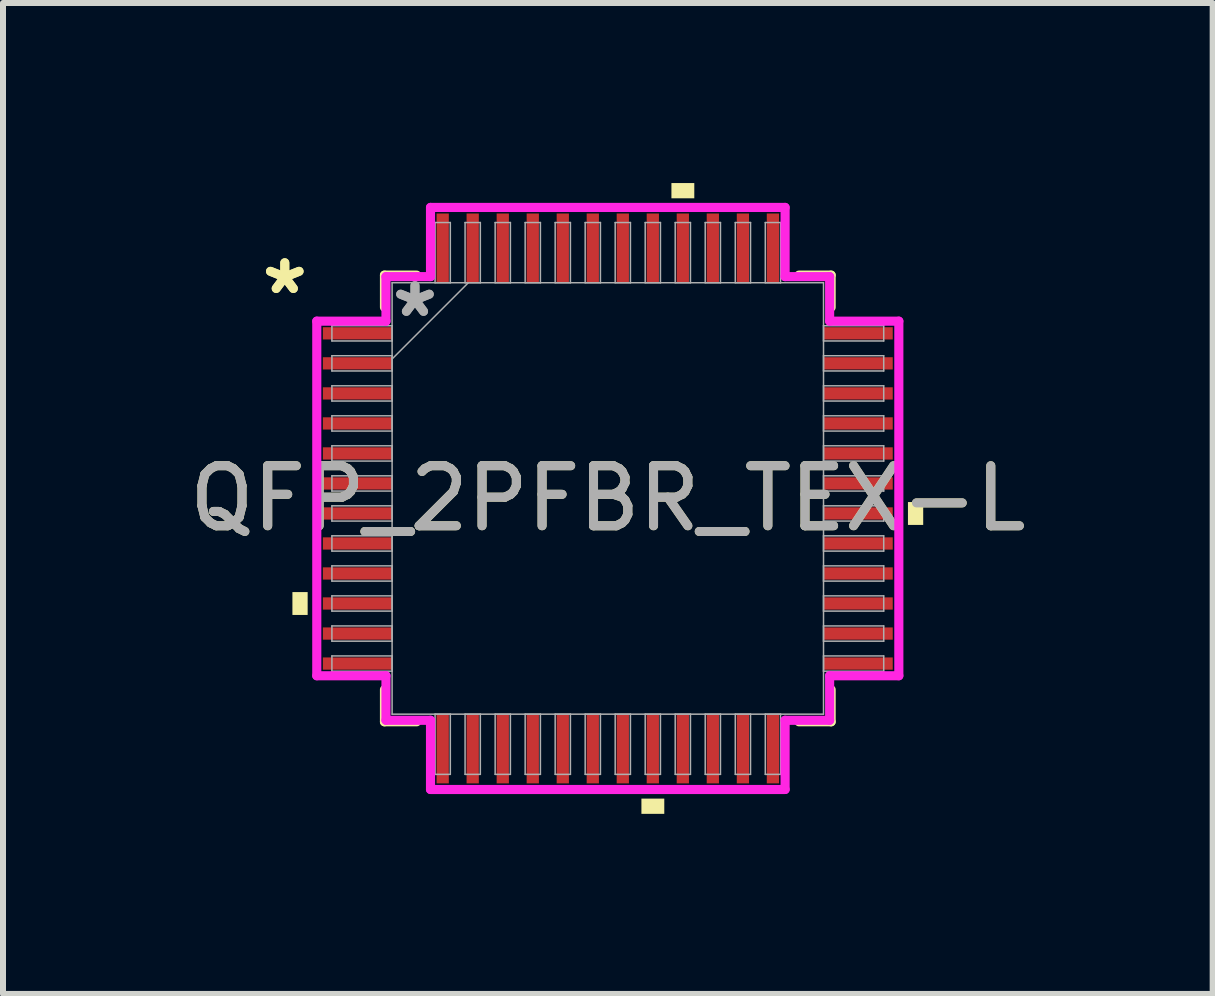
<source format=kicad_pcb>
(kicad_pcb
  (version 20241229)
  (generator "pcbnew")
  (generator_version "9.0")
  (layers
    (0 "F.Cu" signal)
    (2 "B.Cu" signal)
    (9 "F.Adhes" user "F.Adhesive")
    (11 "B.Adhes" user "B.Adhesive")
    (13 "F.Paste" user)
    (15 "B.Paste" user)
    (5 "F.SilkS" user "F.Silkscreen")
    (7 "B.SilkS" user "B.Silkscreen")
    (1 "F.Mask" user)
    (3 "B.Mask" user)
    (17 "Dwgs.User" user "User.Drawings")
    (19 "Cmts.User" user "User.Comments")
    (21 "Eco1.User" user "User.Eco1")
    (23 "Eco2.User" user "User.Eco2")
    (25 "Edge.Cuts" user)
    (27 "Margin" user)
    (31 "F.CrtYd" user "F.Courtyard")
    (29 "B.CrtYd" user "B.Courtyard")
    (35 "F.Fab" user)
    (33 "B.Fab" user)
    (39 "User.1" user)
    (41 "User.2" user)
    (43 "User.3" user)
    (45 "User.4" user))
  (footprint "QFP_2PFBR_TEX-L"
    (layer "F.Cu")
    (at 7.077 5.255)
    (property "Reference" "QFP_2PFBR_TEX-L" (at 0 0 0) (unlocked yes) (layer "F.SilkS") (effects (font (size 1 1) (thickness 0.15))))
    (attr smd)
    (fp_line (start -3.721 -3.721) (end -3.721 -3.185) (stroke (width 0.152) (type solid)) (layer "F.SilkS"))
    (fp_line (start -3.721 3.185) (end -3.721 3.721) (stroke (width 0.152) (type solid)) (layer "F.SilkS"))
    (fp_line (start -3.721 3.721) (end -3.185 3.721) (stroke (width 0.152) (type solid)) (layer "F.SilkS"))
    (fp_line (start -3.185 -3.721) (end -3.721 -3.721) (stroke (width 0.152) (type solid)) (layer "F.SilkS"))
    (fp_line (start 3.185 3.721) (end 3.721 3.721) (stroke (width 0.152) (type solid)) (layer "F.SilkS"))
    (fp_line (start 3.721 -3.721) (end 3.185 -3.721) (stroke (width 0.152) (type solid)) (layer "F.SilkS"))
    (fp_line (start 3.721 -3.185) (end 3.721 -3.721) (stroke (width 0.152) (type solid)) (layer "F.SilkS"))
    (fp_line (start 3.721 3.721) (end 3.721 3.185) (stroke (width 0.152) (type solid)) (layer "F.SilkS"))
    (fp_poly (pts (xy -5.255 1.56) (xy -5.255 1.941) (xy -5.001 1.941) (xy -5.001 1.56)) (stroke (width 0) (type solid)) (fill yes) (layer "F.SilkS"))
    (fp_poly (pts (xy 0.56 5.001) (xy 0.56 5.255) (xy 0.941 5.255) (xy 0.941 5.001)) (stroke (width 0) (type solid)) (fill yes) (layer "F.SilkS"))
    (fp_poly (pts (xy 1.06 -5.001) (xy 1.06 -5.255) (xy 1.441 -5.255) (xy 1.441 -5.001)) (stroke (width 0) (type solid)) (fill yes) (layer "F.SilkS"))
    (fp_poly (pts (xy 5.255 0.06) (xy 5.255 0.441) (xy 5.001 0.441) (xy 5.001 0.06)) (stroke (width 0) (type solid)) (fill yes) (layer "F.SilkS"))
    (fp_line (start -4.849 -2.954) (end -3.696 -2.954) (stroke (width 0.152) (type solid)) (layer "F.CrtYd"))
    (fp_line (start -4.849 2.954) (end -4.849 -2.954) (stroke (width 0.152) (type solid)) (layer "F.CrtYd"))
    (fp_line (start -3.696 -3.696) (end -2.954 -3.696) (stroke (width 0.152) (type solid)) (layer "F.CrtYd"))
    (fp_line (start -3.696 -2.954) (end -3.696 -3.696) (stroke (width 0.152) (type solid)) (layer "F.CrtYd"))
    (fp_line (start -3.696 2.954) (end -4.849 2.954) (stroke (width 0.152) (type solid)) (layer "F.CrtYd"))
    (fp_line (start -3.696 3.696) (end -3.696 2.954) (stroke (width 0.152) (type solid)) (layer "F.CrtYd"))
    (fp_line (start -3.696 3.696) (end -2.954 3.696) (stroke (width 0.152) (type solid)) (layer "F.CrtYd"))
    (fp_line (start -2.954 -4.849) (end 2.954 -4.849) (stroke (width 0.152) (type solid)) (layer "F.CrtYd"))
    (fp_line (start -2.954 -3.696) (end -2.954 -4.849) (stroke (width 0.152) (type solid)) (layer "F.CrtYd"))
    (fp_line (start -2.954 3.696) (end -2.954 4.849) (stroke (width 0.152) (type solid)) (layer "F.CrtYd"))
    (fp_line (start -2.954 4.849) (end 2.954 4.849) (stroke (width 0.152) (type solid)) (layer "F.CrtYd"))
    (fp_line (start 2.954 -4.849) (end 2.954 -3.696) (stroke (width 0.152) (type solid)) (layer "F.CrtYd"))
    (fp_line (start 2.954 -3.696) (end 3.696 -3.696) (stroke (width 0.152) (type solid)) (layer "F.CrtYd"))
    (fp_line (start 2.954 3.696) (end 3.696 3.696) (stroke (width 0.152) (type solid)) (layer "F.CrtYd"))
    (fp_line (start 2.954 4.849) (end 2.954 3.696) (stroke (width 0.152) (type solid)) (layer "F.CrtYd"))
    (fp_line (start 3.696 -2.954) (end 3.696 -3.696) (stroke (width 0.152) (type solid)) (layer "F.CrtYd"))
    (fp_line (start 3.696 2.954) (end 4.849 2.954) (stroke (width 0.152) (type solid)) (layer "F.CrtYd"))
    (fp_line (start 3.696 3.696) (end 3.696 2.954) (stroke (width 0.152) (type solid)) (layer "F.CrtYd"))
    (fp_line (start 4.849 -2.954) (end 3.696 -2.954) (stroke (width 0.152) (type solid)) (layer "F.CrtYd"))
    (fp_line (start 4.849 2.954) (end 4.849 -2.954) (stroke (width 0.152) (type solid)) (layer "F.CrtYd"))
    (fp_line (start -4.597 -2.878) (end -4.597 -2.624) (stroke (width 0.025) (type solid)) (layer "F.Fab"))
    (fp_line (start -4.597 -2.624) (end -3.594 -2.624) (stroke (width 0.025) (type solid)) (layer "F.Fab"))
    (fp_line (start -4.597 -2.378) (end -4.597 -2.124) (stroke (width 0.025) (type solid)) (layer "F.Fab"))
    (fp_line (start -4.597 -2.124) (end -3.594 -2.124) (stroke (width 0.025) (type solid)) (layer "F.Fab"))
    (fp_line (start -4.597 -1.877) (end -4.597 -1.623) (stroke (width 0.025) (type solid)) (layer "F.Fab"))
    (fp_line (start -4.597 -1.623) (end -3.594 -1.623) (stroke (width 0.025) (type solid)) (layer "F.Fab"))
    (fp_line (start -4.597 -1.377) (end -4.597 -1.123) (stroke (width 0.025) (type solid)) (layer "F.Fab"))
    (fp_line (start -4.597 -1.123) (end -3.594 -1.123) (stroke (width 0.025) (type solid)) (layer "F.Fab"))
    (fp_line (start -4.597 -0.877) (end -4.597 -0.623) (stroke (width 0.025) (type solid)) (layer "F.Fab"))
    (fp_line (start -4.597 -0.623) (end -3.594 -0.623) (stroke (width 0.025) (type solid)) (layer "F.Fab"))
    (fp_line (start -4.597 -0.377) (end -4.597 -0.123) (stroke (width 0.025) (type solid)) (layer "F.Fab"))
    (fp_line (start -4.597 -0.123) (end -3.594 -0.123) (stroke (width 0.025) (type solid)) (layer "F.Fab"))
    (fp_line (start -4.597 0.123) (end -4.597 0.377) (stroke (width 0.025) (type solid)) (layer "F.Fab"))
    (fp_line (start -4.597 0.377) (end -3.594 0.377) (stroke (width 0.025) (type solid)) (layer "F.Fab"))
    (fp_line (start -4.597 0.623) (end -4.597 0.877) (stroke (width 0.025) (type solid)) (layer "F.Fab"))
    (fp_line (start -4.597 0.877) (end -3.594 0.877) (stroke (width 0.025) (type solid)) (layer "F.Fab"))
    (fp_line (start -4.597 1.123) (end -4.597 1.377) (stroke (width 0.025) (type solid)) (layer "F.Fab"))
    (fp_line (start -4.597 1.377) (end -3.594 1.377) (stroke (width 0.025) (type solid)) (layer "F.Fab"))
    (fp_line (start -4.597 1.623) (end -4.597 1.877) (stroke (width 0.025) (type solid)) (layer "F.Fab"))
    (fp_line (start -4.597 1.877) (end -3.594 1.877) (stroke (width 0.025) (type solid)) (layer "F.Fab"))
    (fp_line (start -4.597 2.124) (end -4.597 2.378) (stroke (width 0.025) (type solid)) (layer "F.Fab"))
    (fp_line (start -4.597 2.378) (end -3.594 2.378) (stroke (width 0.025) (type solid)) (layer "F.Fab"))
    (fp_line (start -4.597 2.624) (end -4.597 2.878) (stroke (width 0.025) (type solid)) (layer "F.Fab"))
    (fp_line (start -4.597 2.878) (end -3.594 2.878) (stroke (width 0.025) (type solid)) (layer "F.Fab"))
    (fp_line (start -3.594 -3.594) (end -3.594 3.594) (stroke (width 0.025) (type solid)) (layer "F.Fab"))
    (fp_line (start -3.594 -2.878) (end -4.597 -2.878) (stroke (width 0.025) (type solid)) (layer "F.Fab"))
    (fp_line (start -3.594 -2.624) (end -3.594 -2.878) (stroke (width 0.025) (type solid)) (layer "F.Fab"))
    (fp_line (start -3.594 -2.378) (end -4.597 -2.378) (stroke (width 0.025) (type solid)) (layer "F.Fab"))
    (fp_line (start -3.594 -2.324) (end -2.324 -3.594) (stroke (width 0.025) (type solid)) (layer "F.Fab"))
    (fp_line (start -3.594 -2.124) (end -3.594 -2.378) (stroke (width 0.025) (type solid)) (layer "F.Fab"))
    (fp_line (start -3.594 -1.877) (end -4.597 -1.877) (stroke (width 0.025) (type solid)) (layer "F.Fab"))
    (fp_line (start -3.594 -1.623) (end -3.594 -1.877) (stroke (width 0.025) (type solid)) (layer "F.Fab"))
    (fp_line (start -3.594 -1.377) (end -4.597 -1.377) (stroke (width 0.025) (type solid)) (layer "F.Fab"))
    (fp_line (start -3.594 -1.123) (end -3.594 -1.377) (stroke (width 0.025) (type solid)) (layer "F.Fab"))
    (fp_line (start -3.594 -0.877) (end -4.597 -0.877) (stroke (width 0.025) (type solid)) (layer "F.Fab"))
    (fp_line (start -3.594 -0.623) (end -3.594 -0.877) (stroke (width 0.025) (type solid)) (layer "F.Fab"))
    (fp_line (start -3.594 -0.377) (end -4.597 -0.377) (stroke (width 0.025) (type solid)) (layer "F.Fab"))
    (fp_line (start -3.594 -0.123) (end -3.594 -0.377) (stroke (width 0.025) (type solid)) (layer "F.Fab"))
    (fp_line (start -3.594 0.123) (end -4.597 0.123) (stroke (width 0.025) (type solid)) (layer "F.Fab"))
    (fp_line (start -3.594 0.377) (end -3.594 0.123) (stroke (width 0.025) (type solid)) (layer "F.Fab"))
    (fp_line (start -3.594 0.623) (end -4.597 0.623) (stroke (width 0.025) (type solid)) (layer "F.Fab"))
    (fp_line (start -3.594 0.877) (end -3.594 0.623) (stroke (width 0.025) (type solid)) (layer "F.Fab"))
    (fp_line (start -3.594 1.123) (end -4.597 1.123) (stroke (width 0.025) (type solid)) (layer "F.Fab"))
    (fp_line (start -3.594 1.377) (end -3.594 1.123) (stroke (width 0.025) (type solid)) (layer "F.Fab"))
    (fp_line (start -3.594 1.623) (end -4.597 1.623) (stroke (width 0.025) (type solid)) (layer "F.Fab"))
    (fp_line (start -3.594 1.877) (end -3.594 1.623) (stroke (width 0.025) (type solid)) (layer "F.Fab"))
    (fp_line (start -3.594 2.124) (end -4.597 2.124) (stroke (width 0.025) (type solid)) (layer "F.Fab"))
    (fp_line (start -3.594 2.378) (end -3.594 2.124) (stroke (width 0.025) (type solid)) (layer "F.Fab"))
    (fp_line (start -3.594 2.624) (end -4.597 2.624) (stroke (width 0.025) (type solid)) (layer "F.Fab"))
    (fp_line (start -3.594 2.878) (end -3.594 2.624) (stroke (width 0.025) (type solid)) (layer "F.Fab"))
    (fp_line (start -3.594 3.594) (end 3.594 3.594) (stroke (width 0.025) (type solid)) (layer "F.Fab"))
    (fp_line (start -2.878 -4.597) (end -2.878 -3.594) (stroke (width 0.025) (type solid)) (layer "F.Fab"))
    (fp_line (start -2.878 -3.594) (end -2.624 -3.594) (stroke (width 0.025) (type solid)) (layer "F.Fab"))
    (fp_line (start -2.878 3.594) (end -2.878 4.597) (stroke (width 0.025) (type solid)) (layer "F.Fab"))
    (fp_line (start -2.878 4.597) (end -2.624 4.597) (stroke (width 0.025) (type solid)) (layer "F.Fab"))
    (fp_line (start -2.624 -4.597) (end -2.878 -4.597) (stroke (width 0.025) (type solid)) (layer "F.Fab"))
    (fp_line (start -2.624 -3.594) (end -2.624 -4.597) (stroke (width 0.025) (type solid)) (layer "F.Fab"))
    (fp_line (start -2.624 3.594) (end -2.878 3.594) (stroke (width 0.025) (type solid)) (layer "F.Fab"))
    (fp_line (start -2.624 4.597) (end -2.624 3.594) (stroke (width 0.025) (type solid)) (layer "F.Fab"))
    (fp_line (start -2.378 -4.597) (end -2.378 -3.594) (stroke (width 0.025) (type solid)) (layer "F.Fab"))
    (fp_line (start -2.378 -3.594) (end -2.124 -3.594) (stroke (width 0.025) (type solid)) (layer "F.Fab"))
    (fp_line (start -2.378 3.594) (end -2.378 4.597) (stroke (width 0.025) (type solid)) (layer "F.Fab"))
    (fp_line (start -2.378 4.597) (end -2.124 4.597) (stroke (width 0.025) (type solid)) (layer "F.Fab"))
    (fp_line (start -2.124 -4.597) (end -2.378 -4.597) (stroke (width 0.025) (type solid)) (layer "F.Fab"))
    (fp_line (start -2.124 -3.594) (end -2.124 -4.597) (stroke (width 0.025) (type solid)) (layer "F.Fab"))
    (fp_line (start -2.124 3.594) (end -2.378 3.594) (stroke (width 0.025) (type solid)) (layer "F.Fab"))
    (fp_line (start -2.124 4.597) (end -2.124 3.594) (stroke (width 0.025) (type solid)) (layer "F.Fab"))
    (fp_line (start -1.877 -4.597) (end -1.877 -3.594) (stroke (width 0.025) (type solid)) (layer "F.Fab"))
    (fp_line (start -1.877 -3.594) (end -1.623 -3.594) (stroke (width 0.025) (type solid)) (layer "F.Fab"))
    (fp_line (start -1.877 3.594) (end -1.877 4.597) (stroke (width 0.025) (type solid)) (layer "F.Fab"))
    (fp_line (start -1.877 4.597) (end -1.623 4.597) (stroke (width 0.025) (type solid)) (layer "F.Fab"))
    (fp_line (start -1.623 -4.597) (end -1.877 -4.597) (stroke (width 0.025) (type solid)) (layer "F.Fab"))
    (fp_line (start -1.623 -3.594) (end -1.623 -4.597) (stroke (width 0.025) (type solid)) (layer "F.Fab"))
    (fp_line (start -1.623 3.594) (end -1.877 3.594) (stroke (width 0.025) (type solid)) (layer "F.Fab"))
    (fp_line (start -1.623 4.597) (end -1.623 3.594) (stroke (width 0.025) (type solid)) (layer "F.Fab"))
    (fp_line (start -1.377 -4.597) (end -1.377 -3.594) (stroke (width 0.025) (type solid)) (layer "F.Fab"))
    (fp_line (start -1.377 -3.594) (end -1.123 -3.594) (stroke (width 0.025) (type solid)) (layer "F.Fab"))
    (fp_line (start -1.377 3.594) (end -1.377 4.597) (stroke (width 0.025) (type solid)) (layer "F.Fab"))
    (fp_line (start -1.377 4.597) (end -1.123 4.597) (stroke (width 0.025) (type solid)) (layer "F.Fab"))
    (fp_line (start -1.123 -4.597) (end -1.377 -4.597) (stroke (width 0.025) (type solid)) (layer "F.Fab"))
    (fp_line (start -1.123 -3.594) (end -1.123 -4.597) (stroke (width 0.025) (type solid)) (layer "F.Fab"))
    (fp_line (start -1.123 3.594) (end -1.377 3.594) (stroke (width 0.025) (type solid)) (layer "F.Fab"))
    (fp_line (start -1.123 4.597) (end -1.123 3.594) (stroke (width 0.025) (type solid)) (layer "F.Fab"))
    (fp_line (start -0.877 -4.597) (end -0.877 -3.594) (stroke (width 0.025) (type solid)) (layer "F.Fab"))
    (fp_line (start -0.877 -3.594) (end -0.623 -3.594) (stroke (width 0.025) (type solid)) (layer "F.Fab"))
    (fp_line (start -0.877 3.594) (end -0.877 4.597) (stroke (width 0.025) (type solid)) (layer "F.Fab"))
    (fp_line (start -0.877 4.597) (end -0.623 4.597) (stroke (width 0.025) (type solid)) (layer "F.Fab"))
    (fp_line (start -0.623 -4.597) (end -0.877 -4.597) (stroke (width 0.025) (type solid)) (layer "F.Fab"))
    (fp_line (start -0.623 -3.594) (end -0.623 -4.597) (stroke (width 0.025) (type solid)) (layer "F.Fab"))
    (fp_line (start -0.623 3.594) (end -0.877 3.594) (stroke (width 0.025) (type solid)) (layer "F.Fab"))
    (fp_line (start -0.623 4.597) (end -0.623 3.594) (stroke (width 0.025) (type solid)) (layer "F.Fab"))
    (fp_line (start -0.377 -4.597) (end -0.377 -3.594) (stroke (width 0.025) (type solid)) (layer "F.Fab"))
    (fp_line (start -0.377 -3.594) (end -0.123 -3.594) (stroke (width 0.025) (type solid)) (layer "F.Fab"))
    (fp_line (start -0.377 3.594) (end -0.377 4.597) (stroke (width 0.025) (type solid)) (layer "F.Fab"))
    (fp_line (start -0.377 4.597) (end -0.123 4.597) (stroke (width 0.025) (type solid)) (layer "F.Fab"))
    (fp_line (start -0.123 -4.597) (end -0.377 -4.597) (stroke (width 0.025) (type solid)) (layer "F.Fab"))
    (fp_line (start -0.123 -3.594) (end -0.123 -4.597) (stroke (width 0.025) (type solid)) (layer "F.Fab"))
    (fp_line (start -0.123 3.594) (end -0.377 3.594) (stroke (width 0.025) (type solid)) (layer "F.Fab"))
    (fp_line (start -0.123 4.597) (end -0.123 3.594) (stroke (width 0.025) (type solid)) (layer "F.Fab"))
    (fp_line (start 0.123 -4.597) (end 0.123 -3.594) (stroke (width 0.025) (type solid)) (layer "F.Fab"))
    (fp_line (start 0.123 -3.594) (end 0.377 -3.594) (stroke (width 0.025) (type solid)) (layer "F.Fab"))
    (fp_line (start 0.123 3.594) (end 0.123 4.597) (stroke (width 0.025) (type solid)) (layer "F.Fab"))
    (fp_line (start 0.123 4.597) (end 0.377 4.597) (stroke (width 0.025) (type solid)) (layer "F.Fab"))
    (fp_line (start 0.377 -4.597) (end 0.123 -4.597) (stroke (width 0.025) (type solid)) (layer "F.Fab"))
    (fp_line (start 0.377 -3.594) (end 0.377 -4.597) (stroke (width 0.025) (type solid)) (layer "F.Fab"))
    (fp_line (start 0.377 3.594) (end 0.123 3.594) (stroke (width 0.025) (type solid)) (layer "F.Fab"))
    (fp_line (start 0.377 4.597) (end 0.377 3.594) (stroke (width 0.025) (type solid)) (layer "F.Fab"))
    (fp_line (start 0.623 -4.597) (end 0.623 -3.594) (stroke (width 0.025) (type solid)) (layer "F.Fab"))
    (fp_line (start 0.623 -3.594) (end 0.877 -3.594) (stroke (width 0.025) (type solid)) (layer "F.Fab"))
    (fp_line (start 0.623 3.594) (end 0.623 4.597) (stroke (width 0.025) (type solid)) (layer "F.Fab"))
    (fp_line (start 0.623 4.597) (end 0.877 4.597) (stroke (width 0.025) (type solid)) (layer "F.Fab"))
    (fp_line (start 0.877 -4.597) (end 0.623 -4.597) (stroke (width 0.025) (type solid)) (layer "F.Fab"))
    (fp_line (start 0.877 -3.594) (end 0.877 -4.597) (stroke (width 0.025) (type solid)) (layer "F.Fab"))
    (fp_line (start 0.877 3.594) (end 0.623 3.594) (stroke (width 0.025) (type solid)) (layer "F.Fab"))
    (fp_line (start 0.877 4.597) (end 0.877 3.594) (stroke (width 0.025) (type solid)) (layer "F.Fab"))
    (fp_line (start 1.123 -4.597) (end 1.123 -3.594) (stroke (width 0.025) (type solid)) (layer "F.Fab"))
    (fp_line (start 1.123 -3.594) (end 1.377 -3.594) (stroke (width 0.025) (type solid)) (layer "F.Fab"))
    (fp_line (start 1.123 3.594) (end 1.123 4.597) (stroke (width 0.025) (type solid)) (layer "F.Fab"))
    (fp_line (start 1.123 4.597) (end 1.377 4.597) (stroke (width 0.025) (type solid)) (layer "F.Fab"))
    (fp_line (start 1.377 -4.597) (end 1.123 -4.597) (stroke (width 0.025) (type solid)) (layer "F.Fab"))
    (fp_line (start 1.377 -3.594) (end 1.377 -4.597) (stroke (width 0.025) (type solid)) (layer "F.Fab"))
    (fp_line (start 1.377 3.594) (end 1.123 3.594) (stroke (width 0.025) (type solid)) (layer "F.Fab"))
    (fp_line (start 1.377 4.597) (end 1.377 3.594) (stroke (width 0.025) (type solid)) (layer "F.Fab"))
    (fp_line (start 1.623 -4.597) (end 1.623 -3.594) (stroke (width 0.025) (type solid)) (layer "F.Fab"))
    (fp_line (start 1.623 -3.594) (end 1.877 -3.594) (stroke (width 0.025) (type solid)) (layer "F.Fab"))
    (fp_line (start 1.623 3.594) (end 1.623 4.597) (stroke (width 0.025) (type solid)) (layer "F.Fab"))
    (fp_line (start 1.623 4.597) (end 1.877 4.597) (stroke (width 0.025) (type solid)) (layer "F.Fab"))
    (fp_line (start 1.877 -4.597) (end 1.623 -4.597) (stroke (width 0.025) (type solid)) (layer "F.Fab"))
    (fp_line (start 1.877 -3.594) (end 1.877 -4.597) (stroke (width 0.025) (type solid)) (layer "F.Fab"))
    (fp_line (start 1.877 3.594) (end 1.623 3.594) (stroke (width 0.025) (type solid)) (layer "F.Fab"))
    (fp_line (start 1.877 4.597) (end 1.877 3.594) (stroke (width 0.025) (type solid)) (layer "F.Fab"))
    (fp_line (start 2.124 -4.597) (end 2.124 -3.594) (stroke (width 0.025) (type solid)) (layer "F.Fab"))
    (fp_line (start 2.124 -3.594) (end 2.378 -3.594) (stroke (width 0.025) (type solid)) (layer "F.Fab"))
    (fp_line (start 2.124 3.594) (end 2.124 4.597) (stroke (width 0.025) (type solid)) (layer "F.Fab"))
    (fp_line (start 2.124 4.597) (end 2.378 4.597) (stroke (width 0.025) (type solid)) (layer "F.Fab"))
    (fp_line (start 2.378 -4.597) (end 2.124 -4.597) (stroke (width 0.025) (type solid)) (layer "F.Fab"))
    (fp_line (start 2.378 -3.594) (end 2.378 -4.597) (stroke (width 0.025) (type solid)) (layer "F.Fab"))
    (fp_line (start 2.378 3.594) (end 2.124 3.594) (stroke (width 0.025) (type solid)) (layer "F.Fab"))
    (fp_line (start 2.378 4.597) (end 2.378 3.594) (stroke (width 0.025) (type solid)) (layer "F.Fab"))
    (fp_line (start 2.624 -4.597) (end 2.624 -3.594) (stroke (width 0.025) (type solid)) (layer "F.Fab"))
    (fp_line (start 2.624 -3.594) (end 2.878 -3.594) (stroke (width 0.025) (type solid)) (layer "F.Fab"))
    (fp_line (start 2.624 3.594) (end 2.624 4.597) (stroke (width 0.025) (type solid)) (layer "F.Fab"))
    (fp_line (start 2.624 4.597) (end 2.878 4.597) (stroke (width 0.025) (type solid)) (layer "F.Fab"))
    (fp_line (start 2.878 -4.597) (end 2.624 -4.597) (stroke (width 0.025) (type solid)) (layer "F.Fab"))
    (fp_line (start 2.878 -3.594) (end 2.878 -4.597) (stroke (width 0.025) (type solid)) (layer "F.Fab"))
    (fp_line (start 2.878 3.594) (end 2.624 3.594) (stroke (width 0.025) (type solid)) (layer "F.Fab"))
    (fp_line (start 2.878 4.597) (end 2.878 3.594) (stroke (width 0.025) (type solid)) (layer "F.Fab"))
    (fp_line (start 3.594 -3.594) (end -3.594 -3.594) (stroke (width 0.025) (type solid)) (layer "F.Fab"))
    (fp_line (start 3.594 -2.878) (end 3.594 -2.624) (stroke (width 0.025) (type solid)) (layer "F.Fab"))
    (fp_line (start 3.594 -2.624) (end 4.597 -2.624) (stroke (width 0.025) (type solid)) (layer "F.Fab"))
    (fp_line (start 3.594 -2.378) (end 3.594 -2.124) (stroke (width 0.025) (type solid)) (layer "F.Fab"))
    (fp_line (start 3.594 -2.124) (end 4.597 -2.124) (stroke (width 0.025) (type solid)) (layer "F.Fab"))
    (fp_line (start 3.594 -1.877) (end 3.594 -1.623) (stroke (width 0.025) (type solid)) (layer "F.Fab"))
    (fp_line (start 3.594 -1.623) (end 4.597 -1.623) (stroke (width 0.025) (type solid)) (layer "F.Fab"))
    (fp_line (start 3.594 -1.377) (end 3.594 -1.123) (stroke (width 0.025) (type solid)) (layer "F.Fab"))
    (fp_line (start 3.594 -1.123) (end 4.597 -1.123) (stroke (width 0.025) (type solid)) (layer "F.Fab"))
    (fp_line (start 3.594 -0.877) (end 3.594 -0.623) (stroke (width 0.025) (type solid)) (layer "F.Fab"))
    (fp_line (start 3.594 -0.623) (end 4.597 -0.623) (stroke (width 0.025) (type solid)) (layer "F.Fab"))
    (fp_line (start 3.594 -0.377) (end 3.594 -0.123) (stroke (width 0.025) (type solid)) (layer "F.Fab"))
    (fp_line (start 3.594 -0.123) (end 4.597 -0.123) (stroke (width 0.025) (type solid)) (layer "F.Fab"))
    (fp_line (start 3.594 0.123) (end 3.594 0.377) (stroke (width 0.025) (type solid)) (layer "F.Fab"))
    (fp_line (start 3.594 0.377) (end 4.597 0.377) (stroke (width 0.025) (type solid)) (layer "F.Fab"))
    (fp_line (start 3.594 0.623) (end 3.594 0.877) (stroke (width 0.025) (type solid)) (layer "F.Fab"))
    (fp_line (start 3.594 0.877) (end 4.597 0.877) (stroke (width 0.025) (type solid)) (layer "F.Fab"))
    (fp_line (start 3.594 1.123) (end 3.594 1.377) (stroke (width 0.025) (type solid)) (layer "F.Fab"))
    (fp_line (start 3.594 1.377) (end 4.597 1.377) (stroke (width 0.025) (type solid)) (layer "F.Fab"))
    (fp_line (start 3.594 1.623) (end 3.594 1.877) (stroke (width 0.025) (type solid)) (layer "F.Fab"))
    (fp_line (start 3.594 1.877) (end 4.597 1.877) (stroke (width 0.025) (type solid)) (layer "F.Fab"))
    (fp_line (start 3.594 2.124) (end 3.594 2.378) (stroke (width 0.025) (type solid)) (layer "F.Fab"))
    (fp_line (start 3.594 2.378) (end 4.597 2.378) (stroke (width 0.025) (type solid)) (layer "F.Fab"))
    (fp_line (start 3.594 2.624) (end 3.594 2.878) (stroke (width 0.025) (type solid)) (layer "F.Fab"))
    (fp_line (start 3.594 2.878) (end 4.597 2.878) (stroke (width 0.025) (type solid)) (layer "F.Fab"))
    (fp_line (start 3.594 3.594) (end 3.594 -3.594) (stroke (width 0.025) (type solid)) (layer "F.Fab"))
    (fp_line (start 4.597 -2.878) (end 3.594 -2.878) (stroke (width 0.025) (type solid)) (layer "F.Fab"))
    (fp_line (start 4.597 -2.624) (end 4.597 -2.878) (stroke (width 0.025) (type solid)) (layer "F.Fab"))
    (fp_line (start 4.597 -2.378) (end 3.594 -2.378) (stroke (width 0.025) (type solid)) (layer "F.Fab"))
    (fp_line (start 4.597 -2.124) (end 4.597 -2.378) (stroke (width 0.025) (type solid)) (layer "F.Fab"))
    (fp_line (start 4.597 -1.877) (end 3.594 -1.877) (stroke (width 0.025) (type solid)) (layer "F.Fab"))
    (fp_line (start 4.597 -1.623) (end 4.597 -1.877) (stroke (width 0.025) (type solid)) (layer "F.Fab"))
    (fp_line (start 4.597 -1.377) (end 3.594 -1.377) (stroke (width 0.025) (type solid)) (layer "F.Fab"))
    (fp_line (start 4.597 -1.123) (end 4.597 -1.377) (stroke (width 0.025) (type solid)) (layer "F.Fab"))
    (fp_line (start 4.597 -0.877) (end 3.594 -0.877) (stroke (width 0.025) (type solid)) (layer "F.Fab"))
    (fp_line (start 4.597 -0.623) (end 4.597 -0.877) (stroke (width 0.025) (type solid)) (layer "F.Fab"))
    (fp_line (start 4.597 -0.377) (end 3.594 -0.377) (stroke (width 0.025) (type solid)) (layer "F.Fab"))
    (fp_line (start 4.597 -0.123) (end 4.597 -0.377) (stroke (width 0.025) (type solid)) (layer "F.Fab"))
    (fp_line (start 4.597 0.123) (end 3.594 0.123) (stroke (width 0.025) (type solid)) (layer "F.Fab"))
    (fp_line (start 4.597 0.377) (end 4.597 0.123) (stroke (width 0.025) (type solid)) (layer "F.Fab"))
    (fp_line (start 4.597 0.623) (end 3.594 0.623) (stroke (width 0.025) (type solid)) (layer "F.Fab"))
    (fp_line (start 4.597 0.877) (end 4.597 0.623) (stroke (width 0.025) (type solid)) (layer "F.Fab"))
    (fp_line (start 4.597 1.123) (end 3.594 1.123) (stroke (width 0.025) (type solid)) (layer "F.Fab"))
    (fp_line (start 4.597 1.377) (end 4.597 1.123) (stroke (width 0.025) (type solid)) (layer "F.Fab"))
    (fp_line (start 4.597 1.623) (end 3.594 1.623) (stroke (width 0.025) (type solid)) (layer "F.Fab"))
    (fp_line (start 4.597 1.877) (end 4.597 1.623) (stroke (width 0.025) (type solid)) (layer "F.Fab"))
    (fp_line (start 4.597 2.124) (end 3.594 2.124) (stroke (width 0.025) (type solid)) (layer "F.Fab"))
    (fp_line (start 4.597 2.378) (end 4.597 2.124) (stroke (width 0.025) (type solid)) (layer "F.Fab"))
    (fp_line (start 4.597 2.624) (end 3.594 2.624) (stroke (width 0.025) (type solid)) (layer "F.Fab"))
    (fp_line (start 4.597 2.878) (end 4.597 2.624) (stroke (width 0.025) (type solid)) (layer "F.Fab"))
    (fp_text user "*" (at -5.382 -3.382 0) (unlocked yes) (layer "F.SilkS") (effects (font (size 1 1) (thickness 0.15))))
    (fp_text user "*" (at -5.382 -3.382 0) (layer "F.SilkS") (effects (font (size 1 1) (thickness 0.15))))
    (fp_text user "*" (at -3.213 -3.001 0) (unlocked yes) (layer "F.Fab") (effects (font (size 1 1) (thickness 0.15))))
    (fp_text user "${REFERENCE}" (at 0 0 0) (unlocked yes) (layer "F.Fab") (effects (font (size 1 1) (thickness 0.15))))
    (fp_text user "*" (at -3.213 -3.001 0) (layer "F.Fab") (effects (font (size 1 1) (thickness 0.15))))
    (pad "1" smd rect (at -4.171 -2.751 90) (size 0.204 1.153) (layers "F.Cu" "F.Mask" "F.Paste"))
    (pad "2" smd rect (at -4.171 -2.251 90) (size 0.204 1.153) (layers "F.Cu" "F.Mask" "F.Paste"))
    (pad "3" smd rect (at -4.171 -1.75 90) (size 0.204 1.153) (layers "F.Cu" "F.Mask" "F.Paste"))
    (pad "4" smd rect (at -4.171 -1.25 90) (size 0.204 1.153) (layers "F.Cu" "F.Mask" "F.Paste"))
    (pad "5" smd rect (at -4.171 -0.75 90) (size 0.204 1.153) (layers "F.Cu" "F.Mask" "F.Paste"))
    (pad "6" smd rect (at -4.171 -0.25 90) (size 0.204 1.153) (layers "F.Cu" "F.Mask" "F.Paste"))
    (pad "7" smd rect (at -4.171 0.25 90) (size 0.204 1.153) (layers "F.Cu" "F.Mask" "F.Paste"))
    (pad "8" smd rect (at -4.171 0.75 90) (size 0.204 1.153) (layers "F.Cu" "F.Mask" "F.Paste"))
    (pad "9" smd rect (at -4.171 1.25 90) (size 0.204 1.153) (layers "F.Cu" "F.Mask" "F.Paste"))
    (pad "10" smd rect (at -4.171 1.75 90) (size 0.204 1.153) (layers "F.Cu" "F.Mask" "F.Paste"))
    (pad "11" smd rect (at -4.171 2.251 90) (size 0.204 1.153) (layers "F.Cu" "F.Mask" "F.Paste"))
    (pad "12" smd rect (at -4.171 2.751 90) (size 0.204 1.153) (layers "F.Cu" "F.Mask" "F.Paste"))
    (pad "13" smd rect (at -2.751 4.171) (size 0.204 1.153) (layers "F.Cu" "F.Mask" "F.Paste"))
    (pad "14" smd rect (at -2.251 4.171) (size 0.204 1.153) (layers "F.Cu" "F.Mask" "F.Paste"))
    (pad "15" smd rect (at -1.75 4.171) (size 0.204 1.153) (layers "F.Cu" "F.Mask" "F.Paste"))
    (pad "16" smd rect (at -1.25 4.171) (size 0.204 1.153) (layers "F.Cu" "F.Mask" "F.Paste"))
    (pad "17" smd rect (at -0.75 4.171) (size 0.204 1.153) (layers "F.Cu" "F.Mask" "F.Paste"))
    (pad "18" smd rect (at -0.25 4.171) (size 0.204 1.153) (layers "F.Cu" "F.Mask" "F.Paste"))
    (pad "19" smd rect (at 0.25 4.171) (size 0.204 1.153) (layers "F.Cu" "F.Mask" "F.Paste"))
    (pad "20" smd rect (at 0.75 4.171) (size 0.204 1.153) (layers "F.Cu" "F.Mask" "F.Paste"))
    (pad "21" smd rect (at 1.25 4.171) (size 0.204 1.153) (layers "F.Cu" "F.Mask" "F.Paste"))
    (pad "22" smd rect (at 1.75 4.171) (size 0.204 1.153) (layers "F.Cu" "F.Mask" "F.Paste"))
    (pad "23" smd rect (at 2.251 4.171) (size 0.204 1.153) (layers "F.Cu" "F.Mask" "F.Paste"))
    (pad "24" smd rect (at 2.751 4.171) (size 0.204 1.153) (layers "F.Cu" "F.Mask" "F.Paste"))
    (pad "25" smd rect (at 4.171 2.751 90) (size 0.204 1.153) (layers "F.Cu" "F.Mask" "F.Paste"))
    (pad "26" smd rect (at 4.171 2.251 90) (size 0.204 1.153) (layers "F.Cu" "F.Mask" "F.Paste"))
    (pad "27" smd rect (at 4.171 1.75 90) (size 0.204 1.153) (layers "F.Cu" "F.Mask" "F.Paste"))
    (pad "28" smd rect (at 4.171 1.25 90) (size 0.204 1.153) (layers "F.Cu" "F.Mask" "F.Paste"))
    (pad "29" smd rect (at 4.171 0.75 90) (size 0.204 1.153) (layers "F.Cu" "F.Mask" "F.Paste"))
    (pad "30" smd rect (at 4.171 0.25 90) (size 0.204 1.153) (layers "F.Cu" "F.Mask" "F.Paste"))
    (pad "31" smd rect (at 4.171 -0.25 90) (size 0.204 1.153) (layers "F.Cu" "F.Mask" "F.Paste"))
    (pad "32" smd rect (at 4.171 -0.75 90) (size 0.204 1.153) (layers "F.Cu" "F.Mask" "F.Paste"))
    (pad "33" smd rect (at 4.171 -1.25 90) (size 0.204 1.153) (layers "F.Cu" "F.Mask" "F.Paste"))
    (pad "34" smd rect (at 4.171 -1.75 90) (size 0.204 1.153) (layers "F.Cu" "F.Mask" "F.Paste"))
    (pad "35" smd rect (at 4.171 -2.251 90) (size 0.204 1.153) (layers "F.Cu" "F.Mask" "F.Paste"))
    (pad "36" smd rect (at 4.171 -2.751 90) (size 0.204 1.153) (layers "F.Cu" "F.Mask" "F.Paste"))
    (pad "37" smd rect (at 2.751 -4.171) (size 0.204 1.153) (layers "F.Cu" "F.Mask" "F.Paste"))
    (pad "38" smd rect (at 2.251 -4.171) (size 0.204 1.153) (layers "F.Cu" "F.Mask" "F.Paste"))
    (pad "39" smd rect (at 1.75 -4.171) (size 0.204 1.153) (layers "F.Cu" "F.Mask" "F.Paste"))
    (pad "40" smd rect (at 1.25 -4.171) (size 0.204 1.153) (layers "F.Cu" "F.Mask" "F.Paste"))
    (pad "41" smd rect (at 0.75 -4.171) (size 0.204 1.153) (layers "F.Cu" "F.Mask" "F.Paste"))
    (pad "42" smd rect (at 0.25 -4.171) (size 0.204 1.153) (layers "F.Cu" "F.Mask" "F.Paste"))
    (pad "43" smd rect (at -0.25 -4.171) (size 0.204 1.153) (layers "F.Cu" "F.Mask" "F.Paste"))
    (pad "44" smd rect (at -0.75 -4.171) (size 0.204 1.153) (layers "F.Cu" "F.Mask" "F.Paste"))
    (pad "45" smd rect (at -1.25 -4.171) (size 0.204 1.153) (layers "F.Cu" "F.Mask" "F.Paste"))
    (pad "46" smd rect (at -1.75 -4.171) (size 0.204 1.153) (layers "F.Cu" "F.Mask" "F.Paste"))
    (pad "47" smd rect (at -2.251 -4.171) (size 0.204 1.153) (layers "F.Cu" "F.Mask" "F.Paste"))
    (pad "48" smd rect (at -2.751 -4.171) (size 0.204 1.153) (layers "F.Cu" "F.Mask" "F.Paste")))
  (gr_rect
    (start -3 -3)
    (end 17.155 13.511)
    (stroke (width 0.1) (type default))
    (fill no)
    (layer "Edge.Cuts")))
</source>
